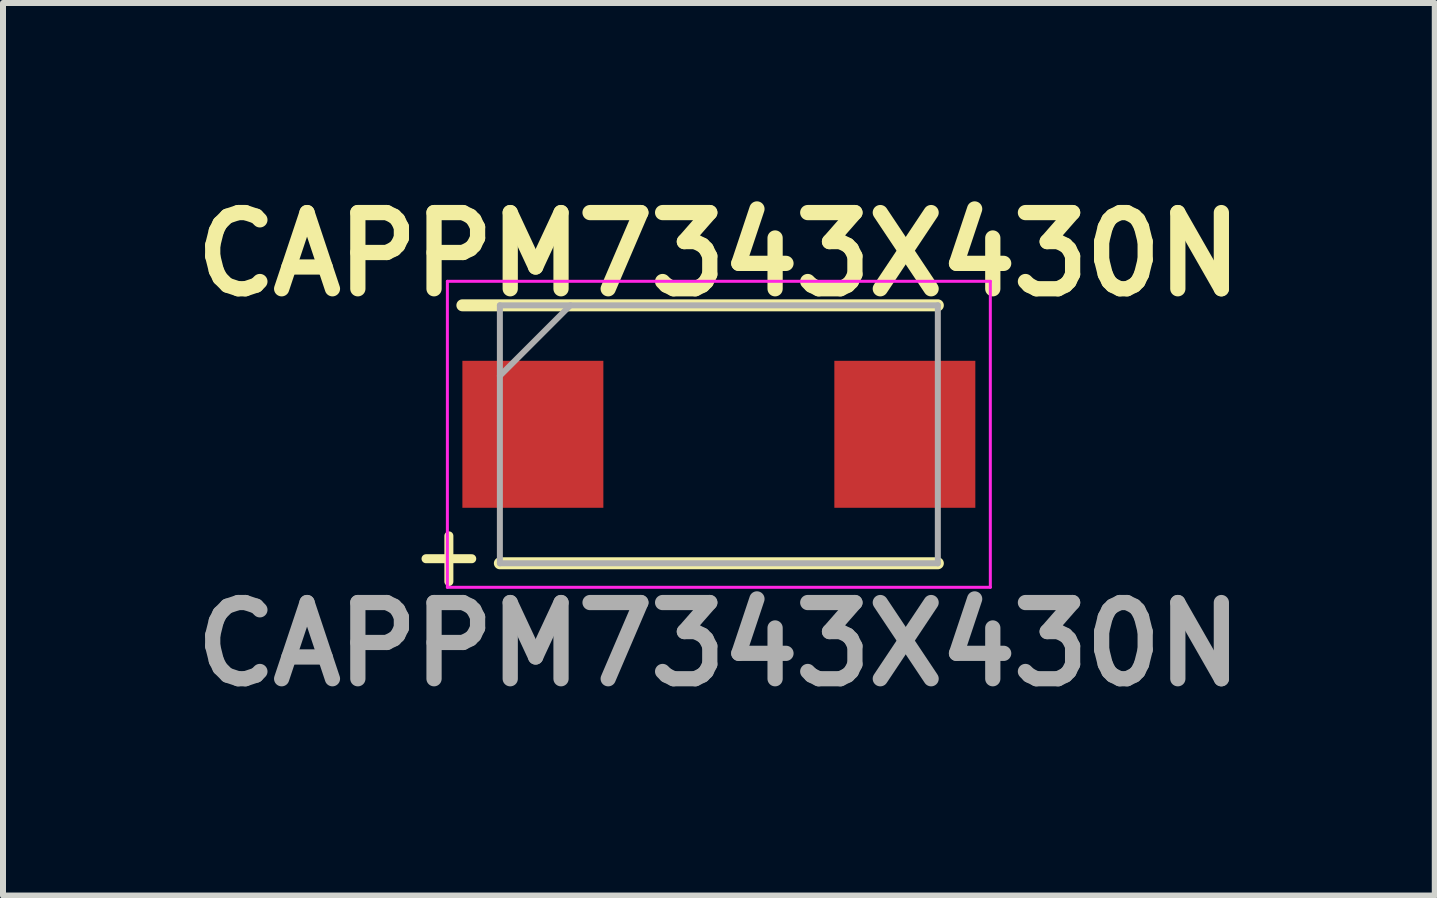
<source format=kicad_pcb>
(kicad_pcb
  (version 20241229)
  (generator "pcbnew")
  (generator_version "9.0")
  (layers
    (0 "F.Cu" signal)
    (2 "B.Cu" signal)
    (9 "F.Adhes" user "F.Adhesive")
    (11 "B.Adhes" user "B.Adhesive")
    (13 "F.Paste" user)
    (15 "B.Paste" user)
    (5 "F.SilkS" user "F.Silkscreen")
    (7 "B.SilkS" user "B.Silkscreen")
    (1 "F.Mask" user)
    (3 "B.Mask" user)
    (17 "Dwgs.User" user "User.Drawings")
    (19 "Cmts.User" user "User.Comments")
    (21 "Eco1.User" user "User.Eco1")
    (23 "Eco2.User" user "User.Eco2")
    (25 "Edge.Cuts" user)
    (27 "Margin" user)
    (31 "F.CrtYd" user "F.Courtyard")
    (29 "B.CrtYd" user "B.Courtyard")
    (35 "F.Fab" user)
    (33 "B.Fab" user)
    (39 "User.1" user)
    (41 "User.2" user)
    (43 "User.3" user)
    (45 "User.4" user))
  (footprint "CAPPM7343X430N"
    (layer "F.Cu")
    (at 8.932 4.189)
    (property "Reference" "CAPPM7343X430N" (at 0 -3 0) (layer "F.SilkS") (effects (font (size 1.27 1.27) (thickness 0.254))))
    (attr smd)
    (fp_line (start -3.65 2.15) (end 3.65 2.15) (stroke (width 0.2) (type solid)) (layer "F.SilkS"))
    (fp_line (start 3.65 -2.15) (end -4.275 -2.15) (stroke (width 0.2) (type solid)) (layer "F.SilkS"))
    (fp_line (start -4.525 -2.55) (end 4.525 -2.55) (stroke (width 0.05) (type solid)) (layer "F.CrtYd"))
    (fp_line (start -4.525 2.55) (end -4.525 -2.55) (stroke (width 0.05) (type solid)) (layer "F.CrtYd"))
    (fp_line (start 4.525 -2.55) (end 4.525 2.55) (stroke (width 0.05) (type solid)) (layer "F.CrtYd"))
    (fp_line (start 4.525 2.55) (end -4.525 2.55) (stroke (width 0.05) (type solid)) (layer "F.CrtYd"))
    (fp_line (start -3.65 -2.15) (end 3.65 -2.15) (stroke (width 0.1) (type solid)) (layer "F.Fab"))
    (fp_line (start -3.65 -0.975) (end -2.475 -2.15) (stroke (width 0.1) (type solid)) (layer "F.Fab"))
    (fp_line (start -3.65 2.15) (end -3.65 -2.15) (stroke (width 0.1) (type solid)) (layer "F.Fab"))
    (fp_line (start 3.65 -2.15) (end 3.65 2.15) (stroke (width 0.1) (type solid)) (layer "F.Fab"))
    (fp_line (start 3.65 2.15) (end -3.65 2.15) (stroke (width 0.1) (type solid)) (layer "F.Fab"))
    (fp_text user "+" (at -4.5 2 0) (layer "F.SilkS") (effects (font (size 1 1) (thickness 0.15))))
    (fp_text user "${REFERENCE}" (at 0 3.5 0) (layer "F.Fab") (effects (font (size 1.27 1.27) (thickness 0.254))))
    (pad "1" smd rect (at -3.1 0) (size 2.35 2.45) (layers "F.Cu" "F.Mask" "F.Paste"))
    (pad "2" smd rect (at 3.1 0) (size 2.35 2.45) (layers "F.Cu" "F.Mask" "F.Paste")))
  (gr_rect
    (start -3 -3)
    (end 20.865 11.877)
    (stroke (width 0.1) (type default))
    (fill no)
    (layer "Edge.Cuts")))
</source>
